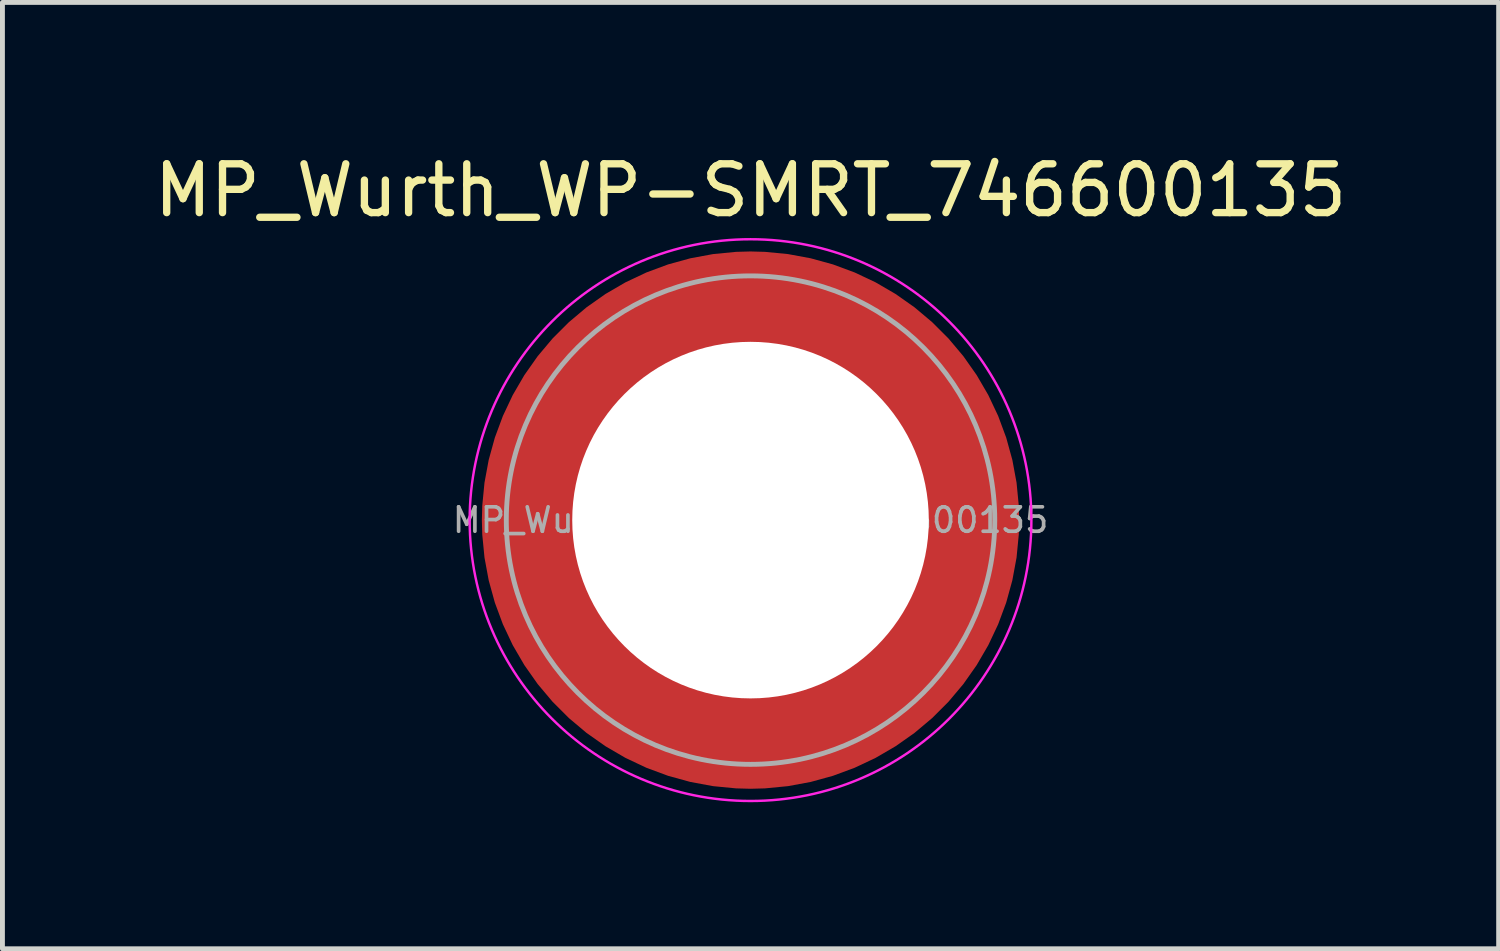
<source format=kicad_pcb>
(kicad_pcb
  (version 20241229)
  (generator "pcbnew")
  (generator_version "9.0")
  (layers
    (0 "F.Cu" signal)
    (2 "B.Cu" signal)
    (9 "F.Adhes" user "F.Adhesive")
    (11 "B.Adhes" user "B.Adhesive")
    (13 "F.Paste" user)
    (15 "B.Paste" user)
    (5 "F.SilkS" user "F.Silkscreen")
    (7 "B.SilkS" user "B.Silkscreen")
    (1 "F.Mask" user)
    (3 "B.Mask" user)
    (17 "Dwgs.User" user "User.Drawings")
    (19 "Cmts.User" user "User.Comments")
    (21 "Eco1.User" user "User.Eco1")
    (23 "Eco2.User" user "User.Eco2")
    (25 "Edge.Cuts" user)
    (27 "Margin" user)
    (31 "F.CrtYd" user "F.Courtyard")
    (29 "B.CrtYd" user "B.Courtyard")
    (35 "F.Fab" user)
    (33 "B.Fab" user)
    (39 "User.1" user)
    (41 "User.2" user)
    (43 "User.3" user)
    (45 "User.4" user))
  (footprint "MP_Wurth_WP-SMRT_746600135"
    (layer "F.Cu")
    (at 12.315 7.598)
    (property "Reference" "MP_Wurth_WP-SMRT_746600135" (at 0 -6.75 0) (unlocked yes) (layer "F.SilkS") (effects (font (size 1 1) (thickness 0.15))))
    (attr smd)
    (fp_poly (pts (xy -5.374 0.495) (xy -3.712 0.495) (xy -3.706 0.54) (xy -3.698 0.587) (xy -3.679 0.701) (xy -3.666 0.761) (xy -3.645 0.859) (xy -3.621 0.955) (xy -3.581 1.094) (xy -3.554 1.179) (xy -3.525 1.264) (xy -3.486 1.367) (xy -3.442 1.474) (xy -3.404 1.559) (xy -3.355 1.665) (xy -3.317 1.739) (xy -3.28 1.807) (xy -3.239 1.881) (xy -3.202 1.943) (xy -3.15 2.025) (xy -3.1 2.1) (xy -3.057 2.164) (xy -3.009 2.228) (xy -3.009 2.228) (xy -2.974 2.277) (xy -2.928 2.336) (xy -2.881 2.392) (xy -2.832 2.451) (xy -2.781 2.507) (xy -2.735 2.559) (xy -2.685 2.61) (xy -2.629 2.665) (xy -2.563 2.731) (xy -2.498 2.789) (xy -2.431 2.849) (xy -2.363 2.905) (xy -2.295 2.96) (xy -2.249 2.994) (xy -2.184 3.042) (xy -2.075 3.118) (xy -2.005 3.162) (xy -2.005 3.162) (xy -1.946 3.201) (xy -1.869 3.245) (xy -1.752 3.31) (xy -1.596 3.386) (xy -1.406 3.472) (xy -1.17 3.557) (xy -0.924 3.63) (xy -0.71 3.677) (xy -0.614 3.694) (xy -0.495 3.712) (xy -0.495 5.381) (xy -0.527 5.38) (xy -0.528 5.38) (xy -0.578 5.374) (xy -0.634 5.367) (xy -0.685 5.361) (xy -0.739 5.354) (xy -0.785 5.348) (xy -0.785 5.348) (xy -0.962 5.318) (xy -0.962 5.318) (xy -1.127 5.286) (xy -1.127 5.286) (xy -1.266 5.254) (xy -1.41 5.218) (xy -1.41 5.218) (xy -1.523 5.186) (xy -1.524 5.186) (xy -1.769 5.107) (xy -1.769 5.107) (xy -1.878 5.068) (xy -1.979 5.03) (xy -1.979 5.03) (xy -2.095 4.983) (xy -2.095 4.983) (xy -2.19 4.94) (xy -2.304 4.891) (xy -2.304 4.89) (xy -2.592 4.743) (xy -2.593 4.743) (xy -2.748 4.652) (xy -2.902 4.559) (xy -2.902 4.559) (xy -3.098 4.43) (xy -3.098 4.43) (xy -3.513 4.104) (xy -3.513 4.104) (xy -3.72 3.923) (xy -3.721 3.922) (xy -4.008 3.627) (xy -4.008 3.627) (xy -4.192 3.411) (xy -4.192 3.411) (xy -4.38 3.172) (xy -4.38 3.172) (xy -4.602 2.839) (xy -4.602 2.838) (xy -4.778 2.531) (xy -4.778 2.531) (xy -4.905 2.271) (xy -4.906 2.271) (xy -5.048 1.942) (xy -5.048 1.942) (xy -5.146 1.662) (xy -5.146 1.661) (xy -5.221 1.405) (xy -5.221 1.405) (xy -5.263 1.233) (xy -5.263 1.233) (xy -5.292 1.1) (xy -5.292 1.1) (xy -5.322 0.945) (xy -5.343 0.834) (xy -5.343 0.834) (xy -5.355 0.725) (xy -5.371 0.616) (xy -5.371 0.615) (xy -5.378 0.537) (xy -5.383 0.49)) (stroke (width 0) (type default)) (fill yes) (layer "F.Paste"))
    (fp_poly (pts (xy -0.495 -5.374) (xy -0.495 -3.712) (xy -0.54 -3.706) (xy -0.587 -3.698) (xy -0.701 -3.679) (xy -0.761 -3.666) (xy -0.859 -3.645) (xy -0.955 -3.621) (xy -1.094 -3.581) (xy -1.179 -3.554) (xy -1.264 -3.525) (xy -1.367 -3.486) (xy -1.474 -3.442) (xy -1.559 -3.404) (xy -1.665 -3.355) (xy -1.739 -3.317) (xy -1.807 -3.28) (xy -1.881 -3.239) (xy -1.943 -3.202) (xy -2.025 -3.15) (xy -2.1 -3.1) (xy -2.164 -3.057) (xy -2.228 -3.009) (xy -2.228 -3.009) (xy -2.277 -2.974) (xy -2.336 -2.928) (xy -2.392 -2.881) (xy -2.451 -2.832) (xy -2.507 -2.781) (xy -2.559 -2.735) (xy -2.61 -2.685) (xy -2.665 -2.629) (xy -2.731 -2.563) (xy -2.789 -2.498) (xy -2.849 -2.431) (xy -2.905 -2.363) (xy -2.96 -2.295) (xy -2.994 -2.249) (xy -3.042 -2.184) (xy -3.118 -2.075) (xy -3.162 -2.005) (xy -3.162 -2.005) (xy -3.201 -1.946) (xy -3.245 -1.869) (xy -3.31 -1.752) (xy -3.386 -1.596) (xy -3.472 -1.406) (xy -3.557 -1.17) (xy -3.63 -0.924) (xy -3.677 -0.71) (xy -3.694 -0.614) (xy -3.712 -0.495) (xy -5.381 -0.495) (xy -5.38 -0.527) (xy -5.38 -0.528) (xy -5.374 -0.578) (xy -5.367 -0.634) (xy -5.361 -0.685) (xy -5.354 -0.739) (xy -5.348 -0.785) (xy -5.348 -0.785) (xy -5.318 -0.962) (xy -5.318 -0.962) (xy -5.286 -1.127) (xy -5.286 -1.127) (xy -5.254 -1.266) (xy -5.218 -1.41) (xy -5.218 -1.41) (xy -5.186 -1.523) (xy -5.186 -1.524) (xy -5.107 -1.769) (xy -5.107 -1.769) (xy -5.068 -1.878) (xy -5.03 -1.979) (xy -5.03 -1.979) (xy -4.983 -2.095) (xy -4.983 -2.095) (xy -4.94 -2.19) (xy -4.891 -2.304) (xy -4.89 -2.304) (xy -4.743 -2.592) (xy -4.743 -2.593) (xy -4.652 -2.748) (xy -4.559 -2.902) (xy -4.559 -2.902) (xy -4.43 -3.098) (xy -4.43 -3.098) (xy -4.104 -3.513) (xy -4.104 -3.513) (xy -3.923 -3.72) (xy -3.922 -3.721) (xy -3.627 -4.008) (xy -3.627 -4.008) (xy -3.411 -4.192) (xy -3.411 -4.192) (xy -3.172 -4.38) (xy -3.172 -4.38) (xy -2.839 -4.602) (xy -2.838 -4.602) (xy -2.531 -4.778) (xy -2.531 -4.778) (xy -2.271 -4.905) (xy -2.271 -4.906) (xy -1.942 -5.048) (xy -1.942 -5.048) (xy -1.662 -5.146) (xy -1.661 -5.146) (xy -1.405 -5.221) (xy -1.405 -5.221) (xy -1.233 -5.263) (xy -1.233 -5.263) (xy -1.1 -5.292) (xy -1.1 -5.292) (xy -0.945 -5.322) (xy -0.834 -5.343) (xy -0.834 -5.343) (xy -0.725 -5.355) (xy -0.616 -5.371) (xy -0.615 -5.371) (xy -0.537 -5.378) (xy -0.49 -5.383)) (stroke (width 0) (type default)) (fill yes) (layer "F.Paste"))
    (fp_poly (pts (xy 0.527 -5.38) (xy 0.528 -5.38) (xy 0.578 -5.374) (xy 0.634 -5.367) (xy 0.685 -5.361) (xy 0.739 -5.354) (xy 0.785 -5.348) (xy 0.785 -5.348) (xy 0.962 -5.318) (xy 0.962 -5.318) (xy 1.127 -5.286) (xy 1.127 -5.286) (xy 1.266 -5.254) (xy 1.41 -5.218) (xy 1.41 -5.218) (xy 1.523 -5.186) (xy 1.524 -5.186) (xy 1.769 -5.107) (xy 1.769 -5.107) (xy 1.878 -5.068) (xy 1.979 -5.03) (xy 1.979 -5.03) (xy 2.095 -4.983) (xy 2.095 -4.983) (xy 2.19 -4.94) (xy 2.304 -4.891) (xy 2.304 -4.89) (xy 2.592 -4.743) (xy 2.593 -4.743) (xy 2.748 -4.652) (xy 2.902 -4.559) (xy 2.902 -4.559) (xy 3.098 -4.43) (xy 3.098 -4.43) (xy 3.513 -4.104) (xy 3.513 -4.104) (xy 3.72 -3.923) (xy 3.721 -3.922) (xy 4.008 -3.627) (xy 4.008 -3.627) (xy 4.192 -3.411) (xy 4.192 -3.411) (xy 4.38 -3.172) (xy 4.38 -3.172) (xy 4.602 -2.839) (xy 4.602 -2.838) (xy 4.778 -2.531) (xy 4.778 -2.531) (xy 4.905 -2.271) (xy 4.906 -2.271) (xy 5.048 -1.942) (xy 5.048 -1.942) (xy 5.146 -1.662) (xy 5.146 -1.661) (xy 5.221 -1.405) (xy 5.221 -1.405) (xy 5.263 -1.233) (xy 5.263 -1.233) (xy 5.292 -1.1) (xy 5.292 -1.1) (xy 5.322 -0.945) (xy 5.343 -0.834) (xy 5.343 -0.834) (xy 5.355 -0.725) (xy 5.371 -0.616) (xy 5.371 -0.615) (xy 5.378 -0.537) (xy 5.383 -0.49) (xy 5.374 -0.495) (xy 3.712 -0.495) (xy 3.706 -0.54) (xy 3.698 -0.587) (xy 3.679 -0.701) (xy 3.666 -0.761) (xy 3.645 -0.859) (xy 3.621 -0.955) (xy 3.581 -1.094) (xy 3.554 -1.179) (xy 3.525 -1.264) (xy 3.486 -1.367) (xy 3.442 -1.474) (xy 3.404 -1.559) (xy 3.355 -1.665) (xy 3.317 -1.739) (xy 3.28 -1.807) (xy 3.239 -1.881) (xy 3.202 -1.943) (xy 3.15 -2.025) (xy 3.1 -2.1) (xy 3.057 -2.164) (xy 3.009 -2.228) (xy 3.009 -2.228) (xy 2.974 -2.277) (xy 2.928 -2.336) (xy 2.881 -2.392) (xy 2.832 -2.451) (xy 2.781 -2.507) (xy 2.735 -2.559) (xy 2.685 -2.61) (xy 2.629 -2.665) (xy 2.563 -2.731) (xy 2.498 -2.789) (xy 2.431 -2.849) (xy 2.363 -2.905) (xy 2.295 -2.96) (xy 2.249 -2.994) (xy 2.184 -3.042) (xy 2.075 -3.118) (xy 2.005 -3.162) (xy 2.005 -3.162) (xy 1.946 -3.201) (xy 1.869 -3.245) (xy 1.752 -3.31) (xy 1.596 -3.386) (xy 1.406 -3.472) (xy 1.17 -3.557) (xy 0.924 -3.63) (xy 0.71 -3.677) (xy 0.614 -3.694) (xy 0.495 -3.712) (xy 0.495 -5.381)) (stroke (width 0) (type default)) (fill yes) (layer "F.Paste"))
    (fp_poly (pts (xy 5.38 0.527) (xy 5.38 0.528) (xy 5.374 0.578) (xy 5.367 0.634) (xy 5.361 0.685) (xy 5.354 0.739) (xy 5.348 0.785) (xy 5.348 0.785) (xy 5.318 0.962) (xy 5.318 0.962) (xy 5.286 1.127) (xy 5.286 1.127) (xy 5.254 1.266) (xy 5.218 1.41) (xy 5.218 1.41) (xy 5.186 1.523) (xy 5.186 1.524) (xy 5.107 1.769) (xy 5.107 1.769) (xy 5.068 1.878) (xy 5.03 1.979) (xy 5.03 1.979) (xy 4.983 2.095) (xy 4.983 2.095) (xy 4.94 2.19) (xy 4.891 2.304) (xy 4.89 2.304) (xy 4.743 2.592) (xy 4.743 2.593) (xy 4.652 2.748) (xy 4.559 2.902) (xy 4.559 2.902) (xy 4.43 3.098) (xy 4.43 3.098) (xy 4.104 3.513) (xy 4.104 3.513) (xy 3.923 3.72) (xy 3.922 3.721) (xy 3.627 4.008) (xy 3.627 4.008) (xy 3.411 4.192) (xy 3.411 4.192) (xy 3.172 4.38) (xy 3.172 4.38) (xy 2.839 4.602) (xy 2.838 4.602) (xy 2.531 4.778) (xy 2.531 4.778) (xy 2.271 4.905) (xy 2.271 4.906) (xy 1.942 5.048) (xy 1.942 5.048) (xy 1.662 5.146) (xy 1.661 5.146) (xy 1.405 5.221) (xy 1.405 5.221) (xy 1.233 5.263) (xy 1.233 5.263) (xy 1.1 5.292) (xy 1.1 5.292) (xy 0.945 5.322) (xy 0.834 5.343) (xy 0.834 5.343) (xy 0.725 5.355) (xy 0.616 5.371) (xy 0.615 5.371) (xy 0.537 5.378) (xy 0.49 5.383) (xy 0.495 5.374) (xy 0.495 3.712) (xy 0.54 3.706) (xy 0.587 3.698) (xy 0.701 3.679) (xy 0.761 3.666) (xy 0.859 3.645) (xy 0.955 3.621) (xy 1.094 3.581) (xy 1.179 3.554) (xy 1.264 3.525) (xy 1.367 3.486) (xy 1.474 3.442) (xy 1.559 3.404) (xy 1.665 3.355) (xy 1.739 3.317) (xy 1.807 3.28) (xy 1.881 3.239) (xy 1.943 3.202) (xy 2.025 3.15) (xy 2.1 3.1) (xy 2.164 3.057) (xy 2.228 3.009) (xy 2.228 3.009) (xy 2.277 2.974) (xy 2.336 2.928) (xy 2.392 2.881) (xy 2.451 2.832) (xy 2.507 2.781) (xy 2.559 2.735) (xy 2.61 2.685) (xy 2.665 2.629) (xy 2.731 2.563) (xy 2.789 2.498) (xy 2.849 2.431) (xy 2.905 2.363) (xy 2.96 2.295) (xy 2.994 2.249) (xy 3.042 2.184) (xy 3.118 2.075) (xy 3.162 2.005) (xy 3.162 2.005) (xy 3.201 1.946) (xy 3.245 1.869) (xy 3.31 1.752) (xy 3.386 1.596) (xy 3.472 1.406) (xy 3.557 1.17) (xy 3.63 0.924) (xy 3.677 0.71) (xy 3.694 0.614) (xy 3.712 0.495) (xy 5.381 0.495)) (stroke (width 0) (type default)) (fill yes) (layer "F.Paste"))
    (fp_circle (center 0 0) (end 5.75 0) (stroke (width 0.05) (type solid)) (fill no) (layer "F.CrtYd"))
    (fp_circle (center 0 0) (end 5 0) (stroke (width 0.1) (type solid)) (fill no) (layer "F.Fab"))
    (fp_text user "${REFERENCE}" (at 0 0 0) (unlocked yes) (layer "F.Fab") (effects (font (size 0.5 0.5) (thickness 0.075))))
    (pad "" np_thru_hole circle (at 0 0) (size 7.3 7.3) (drill 7.3) (layers "*.Cu" "*.Mask"))
    (pad "1" smd roundrect (at 0 0) (size 11 11) (layers "F.Cu" "F.Mask") (roundrect_rratio 0.5)))
  (gr_rect
    (start -3 -3)
    (end 27.631 16.373)
    (stroke (width 0.1) (type default))
    (fill no)
    (layer "Edge.Cuts")))
</source>
